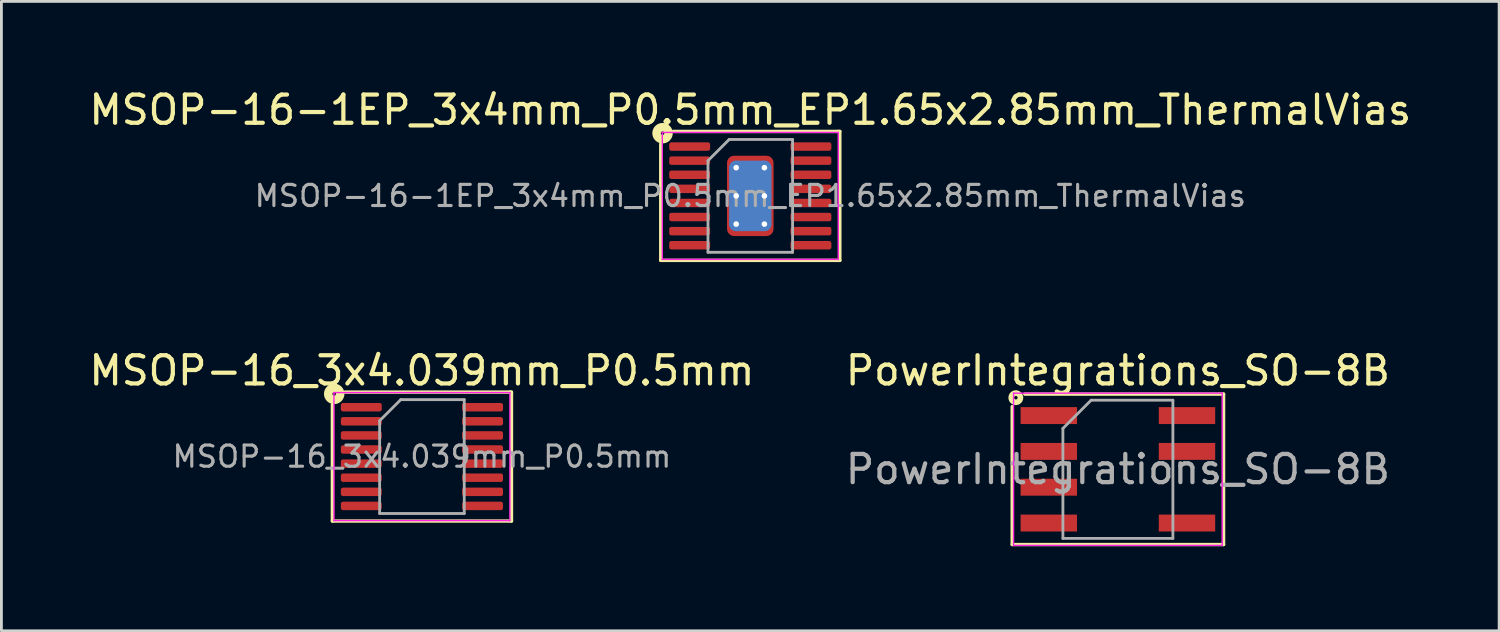
<source format=kicad_pcb>
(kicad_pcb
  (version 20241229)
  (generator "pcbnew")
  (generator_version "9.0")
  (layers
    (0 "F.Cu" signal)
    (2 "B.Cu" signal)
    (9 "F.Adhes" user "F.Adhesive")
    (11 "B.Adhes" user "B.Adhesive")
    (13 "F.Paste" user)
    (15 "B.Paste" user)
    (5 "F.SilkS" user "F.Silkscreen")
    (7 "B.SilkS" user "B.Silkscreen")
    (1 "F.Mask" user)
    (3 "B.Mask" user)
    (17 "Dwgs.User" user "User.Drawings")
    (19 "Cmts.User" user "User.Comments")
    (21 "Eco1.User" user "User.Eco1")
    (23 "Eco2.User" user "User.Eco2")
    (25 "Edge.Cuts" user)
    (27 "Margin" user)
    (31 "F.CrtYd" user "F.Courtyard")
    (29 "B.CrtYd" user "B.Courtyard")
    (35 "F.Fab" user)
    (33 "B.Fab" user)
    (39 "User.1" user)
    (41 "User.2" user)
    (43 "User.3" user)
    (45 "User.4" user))
  (footprint "MSOP-16_3x4.039mm_P0.5mm"
    (layer "F.Cu")
    (at 11.911 13.139)
    (property "Reference" "MSOP-16_3x4.039mm_P0.5mm" (at 0 -3.048 0) (layer "F.SilkS") (effects (font (size 1 1) (thickness 0.15))))
    (attr smd)
    (fp_line (start -3.175 2.286) (end -3.175 -1.841) (stroke (width 0.12) (type solid)) (layer "F.SilkS"))
    (fp_line (start -2.731 -2.286) (end 3.111 -2.286) (stroke (width 0.12) (type solid)) (layer "F.SilkS"))
    (fp_line (start 3.111 -2.286) (end 3.175 -2.286) (stroke (width 0.12) (type solid)) (layer "F.SilkS"))
    (fp_line (start 3.175 -2.286) (end 3.175 2.286) (stroke (width 0.12) (type solid)) (layer "F.SilkS"))
    (fp_line (start 3.175 2.286) (end -3.175 2.286) (stroke (width 0.12) (type solid)) (layer "F.SilkS"))
    (fp_circle (center -3.111 -2.223) (end -3.048 -2.223) (stroke (width 0.3) (type solid)) (fill no) (layer "F.SilkS"))
    (fp_line (start -3.12 -2.27) (end -3.12 2.27) (stroke (width 0.05) (type solid)) (layer "F.CrtYd"))
    (fp_line (start -3.12 2.27) (end 3.12 2.27) (stroke (width 0.05) (type solid)) (layer "F.CrtYd"))
    (fp_line (start 3.12 -2.27) (end -3.12 -2.27) (stroke (width 0.05) (type solid)) (layer "F.CrtYd"))
    (fp_line (start 3.12 2.27) (end 3.12 -2.27) (stroke (width 0.05) (type solid)) (layer "F.CrtYd"))
    (fp_line (start -1.5 -1.27) (end -0.75 -2.019) (stroke (width 0.1) (type solid)) (layer "F.Fab"))
    (fp_line (start -1.5 2.019) (end -1.5 -1.27) (stroke (width 0.1) (type solid)) (layer "F.Fab"))
    (fp_line (start -0.75 -2.019) (end 1.5 -2.019) (stroke (width 0.1) (type solid)) (layer "F.Fab"))
    (fp_line (start 1.5 -2.019) (end 1.5 2.019) (stroke (width 0.1) (type solid)) (layer "F.Fab"))
    (fp_line (start 1.5 2.019) (end -1.5 2.019) (stroke (width 0.1) (type solid)) (layer "F.Fab"))
    (fp_text user "${REFERENCE}" (at 0 0 0) (layer "F.Fab") (effects (font (size 0.75 0.75) (thickness 0.11))))
    (pad "1" smd roundrect (at -2.15 -1.75) (size 1.45 0.3) (layers "F.Cu" "F.Mask" "F.Paste") (roundrect_rratio 0.25))
    (pad "2" smd roundrect (at -2.15 -1.25) (size 1.45 0.3) (layers "F.Cu" "F.Mask" "F.Paste") (roundrect_rratio 0.25))
    (pad "3" smd roundrect (at -2.15 -0.75) (size 1.45 0.3) (layers "F.Cu" "F.Mask" "F.Paste") (roundrect_rratio 0.25))
    (pad "4" smd roundrect (at -2.15 -0.25) (size 1.45 0.3) (layers "F.Cu" "F.Mask" "F.Paste") (roundrect_rratio 0.25))
    (pad "5" smd roundrect (at -2.15 0.25) (size 1.45 0.3) (layers "F.Cu" "F.Mask" "F.Paste") (roundrect_rratio 0.25))
    (pad "6" smd roundrect (at -2.15 0.75) (size 1.45 0.3) (layers "F.Cu" "F.Mask" "F.Paste") (roundrect_rratio 0.25))
    (pad "7" smd roundrect (at -2.15 1.25) (size 1.45 0.3) (layers "F.Cu" "F.Mask" "F.Paste") (roundrect_rratio 0.25))
    (pad "8" smd roundrect (at -2.15 1.75) (size 1.45 0.3) (layers "F.Cu" "F.Mask" "F.Paste") (roundrect_rratio 0.25))
    (pad "9" smd roundrect (at 2.15 1.75) (size 1.45 0.3) (layers "F.Cu" "F.Mask" "F.Paste") (roundrect_rratio 0.25))
    (pad "10" smd roundrect (at 2.15 1.25) (size 1.45 0.3) (layers "F.Cu" "F.Mask" "F.Paste") (roundrect_rratio 0.25))
    (pad "11" smd roundrect (at 2.15 0.75) (size 1.45 0.3) (layers "F.Cu" "F.Mask" "F.Paste") (roundrect_rratio 0.25))
    (pad "12" smd roundrect (at 2.15 0.25) (size 1.45 0.3) (layers "F.Cu" "F.Mask" "F.Paste") (roundrect_rratio 0.25))
    (pad "13" smd roundrect (at 2.15 -0.25) (size 1.45 0.3) (layers "F.Cu" "F.Mask" "F.Paste") (roundrect_rratio 0.25))
    (pad "14" smd roundrect (at 2.15 -0.75) (size 1.45 0.3) (layers "F.Cu" "F.Mask" "F.Paste") (roundrect_rratio 0.25))
    (pad "15" smd roundrect (at 2.15 -1.25) (size 1.45 0.3) (layers "F.Cu" "F.Mask" "F.Paste") (roundrect_rratio 0.25))
    (pad "16" smd roundrect (at 2.15 -1.75) (size 1.45 0.3) (layers "F.Cu" "F.Mask" "F.Paste") (roundrect_rratio 0.25)))
  (footprint "MSOP-16-1EP_3x4mm_P0.5mm_EP1.65x2.85mm_ThermalVias"
    (layer "F.Cu")
    (at 23.554 3.896)
    (property "Reference" "MSOP-16-1EP_3x4mm_P0.5mm_EP1.65x2.85mm_ThermalVias" (at 0 -3.048 0) (layer "F.SilkS") (effects (font (size 1 1) (thickness 0.15))))
    (attr smd)
    (fp_line (start -3.175 2.286) (end -3.175 -1.841) (stroke (width 0.12) (type solid)) (layer "F.SilkS"))
    (fp_line (start -2.731 -2.286) (end 3.111 -2.286) (stroke (width 0.12) (type solid)) (layer "F.SilkS"))
    (fp_line (start 3.111 -2.286) (end 3.175 -2.286) (stroke (width 0.12) (type solid)) (layer "F.SilkS"))
    (fp_line (start 3.175 -2.286) (end 3.175 2.286) (stroke (width 0.12) (type solid)) (layer "F.SilkS"))
    (fp_line (start 3.175 2.286) (end -3.175 2.286) (stroke (width 0.12) (type solid)) (layer "F.SilkS"))
    (fp_circle (center -3.111 -2.223) (end -3.048 -2.223) (stroke (width 0.3) (type solid)) (fill no) (layer "F.SilkS"))
    (fp_line (start -3.12 -2.25) (end -3.12 2.25) (stroke (width 0.05) (type solid)) (layer "F.CrtYd"))
    (fp_line (start -3.12 2.25) (end 3.12 2.25) (stroke (width 0.05) (type solid)) (layer "F.CrtYd"))
    (fp_line (start 3.12 -2.25) (end -3.12 -2.25) (stroke (width 0.05) (type solid)) (layer "F.CrtYd"))
    (fp_line (start 3.12 2.25) (end 3.12 -2.25) (stroke (width 0.05) (type solid)) (layer "F.CrtYd"))
    (fp_line (start -1.5 -1.25) (end -0.75 -2) (stroke (width 0.1) (type solid)) (layer "F.Fab"))
    (fp_line (start -1.5 2) (end -1.5 -1.25) (stroke (width 0.1) (type solid)) (layer "F.Fab"))
    (fp_line (start -0.75 -2) (end 1.5 -2) (stroke (width 0.1) (type solid)) (layer "F.Fab"))
    (fp_line (start 1.5 -2) (end 1.5 2) (stroke (width 0.1) (type solid)) (layer "F.Fab"))
    (fp_line (start 1.5 2) (end -1.5 2) (stroke (width 0.1) (type solid)) (layer "F.Fab"))
    (fp_text user "${REFERENCE}" (at 0 0 0) (layer "F.Fab") (effects (font (size 0.75 0.75) (thickness 0.11))))
    (pad "" smd roundrect (at -0.41 -0.71) (size 0.69 1.19) (layers "F.Paste") (roundrect_rratio 0.25))
    (pad "" smd roundrect (at -0.41 0.71) (size 0.69 1.19) (layers "F.Paste") (roundrect_rratio 0.25))
    (pad "" smd roundrect (at 0.41 -0.71) (size 0.69 1.19) (layers "F.Paste") (roundrect_rratio 0.25))
    (pad "" smd roundrect (at 0.41 0.71) (size 0.69 1.19) (layers "F.Paste") (roundrect_rratio 0.25))
    (pad "1" smd roundrect (at -2.15 -1.75) (size 1.45 0.3) (layers "F.Cu" "F.Mask" "F.Paste") (roundrect_rratio 0.25))
    (pad "2" smd roundrect (at -2.15 -1.25) (size 1.45 0.3) (layers "F.Cu" "F.Mask" "F.Paste") (roundrect_rratio 0.25))
    (pad "3" smd roundrect (at -2.15 -0.75) (size 1.45 0.3) (layers "F.Cu" "F.Mask" "F.Paste") (roundrect_rratio 0.25))
    (pad "4" smd roundrect (at -2.15 -0.25) (size 1.45 0.3) (layers "F.Cu" "F.Mask" "F.Paste") (roundrect_rratio 0.25))
    (pad "5" smd roundrect (at -2.15 0.25) (size 1.45 0.3) (layers "F.Cu" "F.Mask" "F.Paste") (roundrect_rratio 0.25))
    (pad "6" smd roundrect (at -2.15 0.75) (size 1.45 0.3) (layers "F.Cu" "F.Mask" "F.Paste") (roundrect_rratio 0.25))
    (pad "7" smd roundrect (at -2.15 1.25) (size 1.45 0.3) (layers "F.Cu" "F.Mask" "F.Paste") (roundrect_rratio 0.25))
    (pad "8" smd roundrect (at -2.15 1.75) (size 1.45 0.3) (layers "F.Cu" "F.Mask" "F.Paste") (roundrect_rratio 0.25))
    (pad "9" smd roundrect (at 2.15 1.75) (size 1.45 0.3) (layers "F.Cu" "F.Mask" "F.Paste") (roundrect_rratio 0.25))
    (pad "10" smd roundrect (at 2.15 1.25) (size 1.45 0.3) (layers "F.Cu" "F.Mask" "F.Paste") (roundrect_rratio 0.25))
    (pad "11" smd roundrect (at 2.15 0.75) (size 1.45 0.3) (layers "F.Cu" "F.Mask" "F.Paste") (roundrect_rratio 0.25))
    (pad "12" smd roundrect (at 2.15 0.25) (size 1.45 0.3) (layers "F.Cu" "F.Mask" "F.Paste") (roundrect_rratio 0.25))
    (pad "13" smd roundrect (at 2.15 -0.25) (size 1.45 0.3) (layers "F.Cu" "F.Mask" "F.Paste") (roundrect_rratio 0.25))
    (pad "14" smd roundrect (at 2.15 -0.75) (size 1.45 0.3) (layers "F.Cu" "F.Mask" "F.Paste") (roundrect_rratio 0.25))
    (pad "15" smd roundrect (at 2.15 -1.25) (size 1.45 0.3) (layers "F.Cu" "F.Mask" "F.Paste") (roundrect_rratio 0.25))
    (pad "16" smd roundrect (at 2.15 -1.75) (size 1.45 0.3) (layers "F.Cu" "F.Mask" "F.Paste") (roundrect_rratio 0.25))
    (pad "17" thru_hole circle (at -0.5 -1) (size 0.5 0.5) (drill 0.2) (layers "*.Cu"))
    (pad "17" thru_hole circle (at -0.5 0) (size 0.5 0.5) (drill 0.2) (layers "*.Cu"))
    (pad "17" thru_hole circle (at -0.5 1) (size 0.5 0.5) (drill 0.2) (layers "*.Cu"))
    (pad "17" smd roundrect (at 0 0) (size 1.5 2.5) (layers "B.Cu" "B.Mask") (roundrect_rratio 0.167))
    (pad "17" smd roundrect (at 0 0) (size 1.65 2.85) (layers "F.Cu" "F.Mask") (roundrect_rratio 0.152))
    (pad "17" thru_hole circle (at 0.5 -1) (size 0.5 0.5) (drill 0.2) (layers "*.Cu"))
    (pad "17" thru_hole circle (at 0.5 0) (size 0.5 0.5) (drill 0.2) (layers "*.Cu"))
    (pad "17" thru_hole circle (at 0.5 1) (size 0.5 0.5) (drill 0.2) (layers "*.Cu")))
  (footprint "PowerIntegrations_SO-8B"
    (layer "F.Cu")
    (at 36.589 13.591)
    (property "Reference" "PowerIntegrations_SO-8B" (at 0 -3.5 0) (layer "F.SilkS") (effects (font (size 1 1) (thickness 0.15))))
    (attr smd)
    (fp_line (start -3.747 2.667) (end -3.747 -2.223) (stroke (width 0.12) (type solid)) (layer "F.SilkS"))
    (fp_line (start -3.302 -2.667) (end 3.747 -2.667) (stroke (width 0.12) (type solid)) (layer "F.SilkS"))
    (fp_line (start 3.747 -2.667) (end 3.747 2.667) (stroke (width 0.12) (type solid)) (layer "F.SilkS"))
    (fp_line (start 3.747 2.667) (end -3.747 2.667) (stroke (width 0.12) (type solid)) (layer "F.SilkS"))
    (fp_circle (center -3.619 -2.54) (end -3.556 -2.54) (stroke (width 0.2) (type solid)) (fill no) (layer "F.SilkS"))
    (fp_line (start -3.7 -2.7) (end -3.7 2.7) (stroke (width 0.05) (type solid)) (layer "F.CrtYd"))
    (fp_line (start -3.7 -2.7) (end 3.7 -2.7) (stroke (width 0.05) (type solid)) (layer "F.CrtYd"))
    (fp_line (start 3.7 2.7) (end -3.7 2.7) (stroke (width 0.05) (type solid)) (layer "F.CrtYd"))
    (fp_line (start 3.7 2.7) (end 3.7 -2.7) (stroke (width 0.05) (type solid)) (layer "F.CrtYd"))
    (fp_line (start -1.95 -1.45) (end -0.95 -2.45) (stroke (width 0.1) (type solid)) (layer "F.Fab"))
    (fp_line (start -1.95 2.45) (end -1.95 -1.45) (stroke (width 0.1) (type solid)) (layer "F.Fab"))
    (fp_line (start -0.95 -2.45) (end 1.95 -2.45) (stroke (width 0.1) (type solid)) (layer "F.Fab"))
    (fp_line (start 1.95 -2.45) (end 1.95 2.45) (stroke (width 0.1) (type solid)) (layer "F.Fab"))
    (fp_line (start 1.95 2.45) (end -1.95 2.45) (stroke (width 0.1) (type solid)) (layer "F.Fab"))
    (fp_text user "${REFERENCE}" (at 0 0 0) (layer "F.Fab") (effects (font (size 1 1) (thickness 0.15))))
    (pad "1" smd rect (at -2.45 -1.905) (size 2 0.6) (layers "F.Cu" "F.Mask" "F.Paste"))
    (pad "2" smd rect (at -2.45 -0.635) (size 2 0.6) (layers "F.Cu" "F.Mask" "F.Paste"))
    (pad "3" smd rect (at -2.45 0.635) (size 2 0.6) (layers "F.Cu" "F.Mask" "F.Paste"))
    (pad "4" smd rect (at -2.45 1.905) (size 2 0.6) (layers "F.Cu" "F.Mask" "F.Paste"))
    (pad "5" smd rect (at 2.45 1.905) (size 2 0.6) (layers "F.Cu" "F.Mask" "F.Paste"))
    (pad "7" smd rect (at 2.45 -0.635) (size 2 0.6) (layers "F.Cu" "F.Mask" "F.Paste"))
    (pad "8" smd rect (at 2.45 -1.905) (size 2 0.6) (layers "F.Cu" "F.Mask" "F.Paste")))
  (gr_rect
    (start -3 -3)
    (end 50.107 19.317)
    (stroke (width 0.1) (type default))
    (fill no)
    (layer "Edge.Cuts")))
</source>
